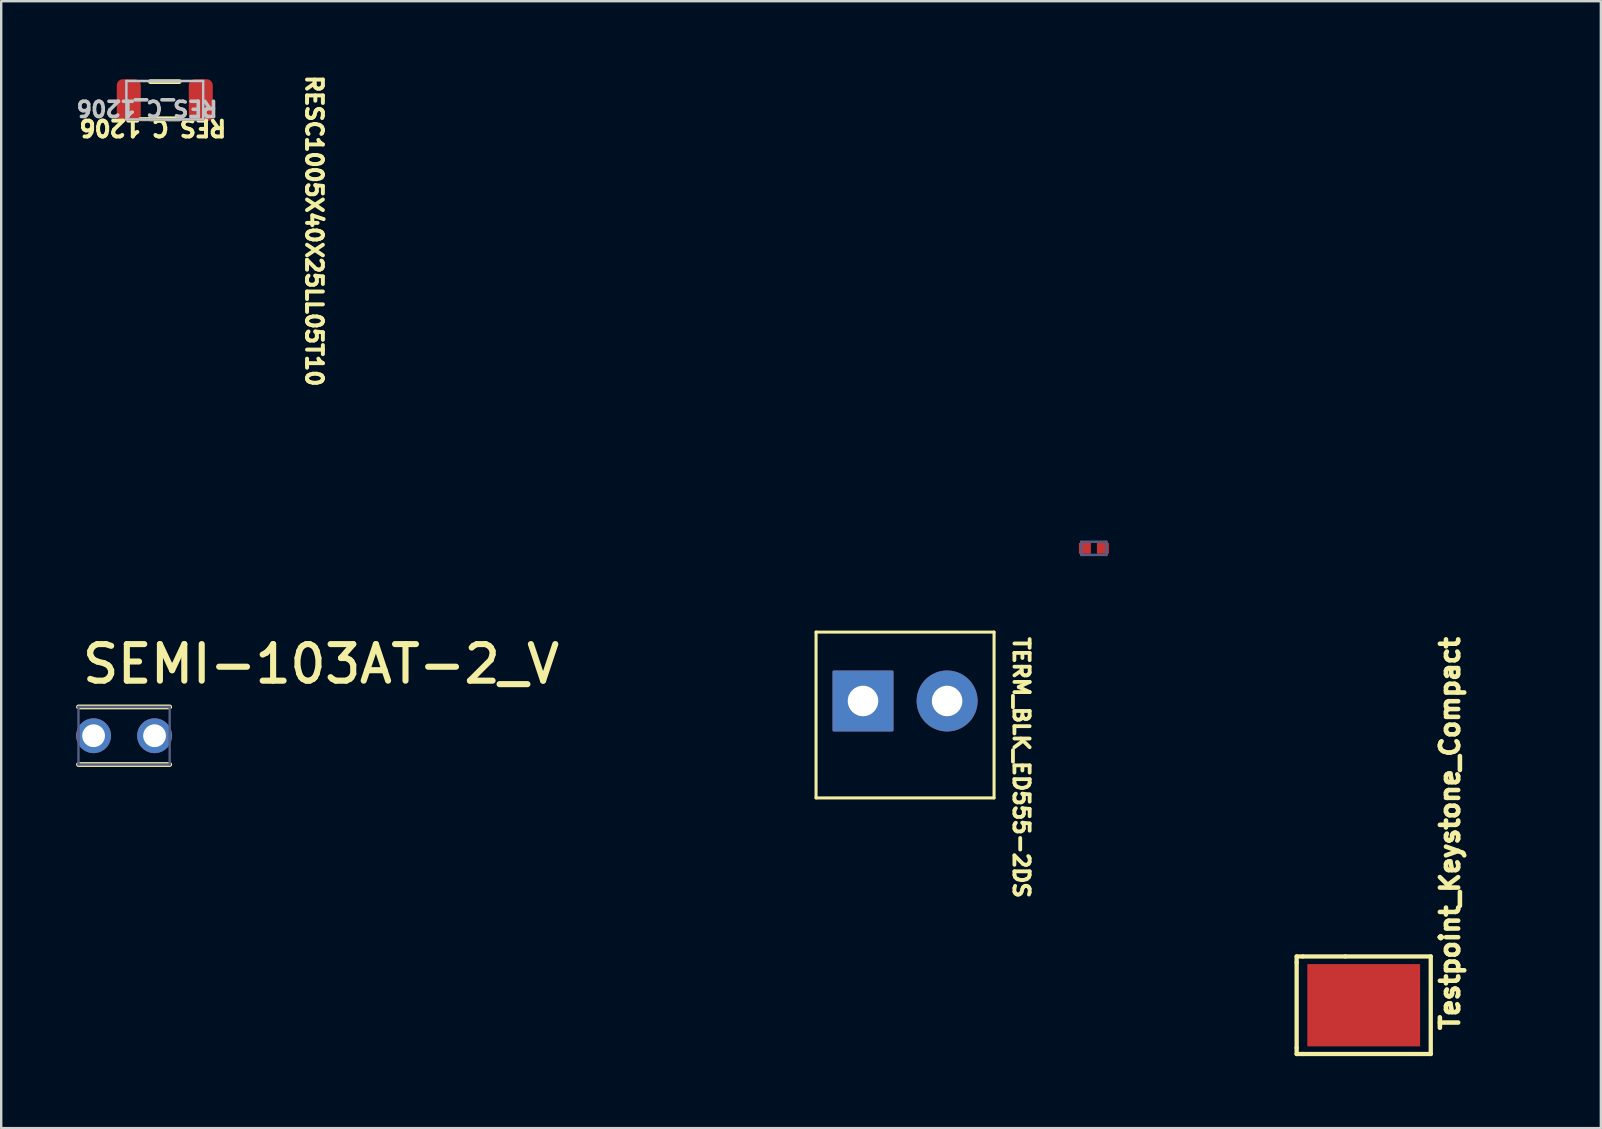
<source format=kicad_pcb>
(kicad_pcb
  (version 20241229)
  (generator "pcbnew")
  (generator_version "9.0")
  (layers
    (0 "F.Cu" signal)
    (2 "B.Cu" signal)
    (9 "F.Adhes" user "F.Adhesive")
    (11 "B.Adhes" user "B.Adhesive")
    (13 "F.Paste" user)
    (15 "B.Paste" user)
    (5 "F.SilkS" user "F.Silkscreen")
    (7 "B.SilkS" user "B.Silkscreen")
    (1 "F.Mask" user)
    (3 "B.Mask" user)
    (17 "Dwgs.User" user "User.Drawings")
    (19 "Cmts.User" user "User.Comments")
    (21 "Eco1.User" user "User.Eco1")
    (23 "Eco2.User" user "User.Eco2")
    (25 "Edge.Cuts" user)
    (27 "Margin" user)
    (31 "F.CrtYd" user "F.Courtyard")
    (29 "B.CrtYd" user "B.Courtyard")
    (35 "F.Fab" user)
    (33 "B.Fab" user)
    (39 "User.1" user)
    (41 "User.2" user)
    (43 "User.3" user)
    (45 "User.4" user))
  (footprint "RES_C_1206"
    (layer "F.Cu")
    (at 3.816 1.125)
    (property "Reference" "RES_C_1206" (at 2.642 0.762 180) (unlocked yes) (layer "F.SilkS") (effects (font (size 0.66 0.66) (thickness 0.254) (bold yes)) (justify left bottom)))
    (fp_line (start 0.6 -0.775) (end -0.6 -0.775) (stroke (width 0.2) (type solid)) (layer "F.SilkS"))
    (fp_line (start 0.6 0.775) (end -0.6 0.775) (stroke (width 0.2) (type solid)) (layer "F.SilkS"))
    (fp_line (start -1.6 -0.8) (end -1.6 0.8) (stroke (width 0.1) (type solid)) (layer "Dwgs.User"))
    (fp_line (start 1.6 -0.8) (end -1.6 -0.8) (stroke (width 0.1) (type solid)) (layer "Dwgs.User"))
    (fp_line (start 1.6 -0.8) (end 1.6 0.8) (stroke (width 0.1) (type solid)) (layer "Dwgs.User"))
    (fp_line (start 1.6 0.8) (end -1.6 0.8) (stroke (width 0.1) (type solid)) (layer "Dwgs.User"))
    (fp_line (start -2.2 -1.075) (end -2.2 1.075) (stroke (width 0.1) (type solid)) (layer "Eco1.User"))
    (fp_line (start 0 -0.5) (end 0 0.5) (stroke (width 0.1) (type solid)) (layer "Eco1.User"))
    (fp_line (start 0.5 0) (end -0.5 0) (stroke (width 0.1) (type solid)) (layer "Eco1.User"))
    (fp_line (start 2.2 -1.075) (end -2.2 -1.075) (stroke (width 0.1) (type solid)) (layer "Eco1.User"))
    (fp_line (start 2.2 -1.075) (end 2.2 1.075) (stroke (width 0.1) (type solid)) (layer "Eco1.User"))
    (fp_line (start 2.2 1.075) (end -2.2 1.075) (stroke (width 0.1) (type solid)) (layer "Eco1.User"))
    (fp_line (start -1.6 -0.8) (end -1.6 0.8) (stroke (width 0.1) (type solid)) (layer "B.Fab"))
    (fp_line (start 1.6 -0.8) (end -1.6 -0.8) (stroke (width 0.1) (type solid)) (layer "B.Fab"))
    (fp_line (start 1.6 -0.8) (end 1.6 0.8) (stroke (width 0.1) (type solid)) (layer "B.Fab"))
    (fp_line (start 1.6 0.8) (end -1.6 0.8) (stroke (width 0.1) (type solid)) (layer "B.Fab"))
    (fp_text user "${REFERENCE}" (at -0.737 0.33 180) (unlocked yes) (layer "Dwgs.User") (effects (font (size 0.635 0.635) (thickness 0.15) (bold yes))))
    (pad "1" smd roundrect (at -1.5 -0.000081 270) (size 1.75 1) (layers "F.Cu" "F.Mask" "F.Paste") (roundrect_rratio 0.25))
    (pad "2" smd roundrect (at 1.5 -0.000081 270) (size 1.75 1) (layers "F.Cu" "F.Mask" "F.Paste") (roundrect_rratio 0.25)))
  (footprint "TERM_BLK_ED555-2DS"
    (layer "F.Cu")
    (at 32.909 26.158)
    (property "Reference" "TERM_BLK_ED555-2DS" (at 6.223 -2.743 270) (unlocked yes) (layer "F.SilkS") (effects (font (size 0.635 0.635) (thickness 0.178)) (justify left bottom)))
    (fp_line (start -1.956 -2.87) (end -1.956 4.039) (stroke (width 0.127) (type solid)) (layer "F.SilkS"))
    (fp_line (start -1.956 -2.87) (end 5.461 -2.87) (stroke (width 0.127) (type solid)) (layer "F.SilkS"))
    (fp_line (start -1.956 4.039) (end 5.461 4.039) (stroke (width 0.127) (type solid)) (layer "F.SilkS"))
    (fp_line (start 5.461 -2.87) (end 5.461 4.039) (stroke (width 0.127) (type solid)) (layer "F.SilkS"))
    (fp_line (start -1.75 -2.667) (end -1.75 3.81) (stroke (width 0.127) (type solid)) (layer "User.5"))
    (fp_line (start -1.75 -2.667) (end 5.25 -2.667) (stroke (width 0.127) (type solid)) (layer "User.5"))
    (fp_line (start -1.75 -2.032) (end 5.25 -2.032) (stroke (width 0.127) (type solid)) (layer "User.5"))
    (fp_line (start -1.75 2.159) (end 5.25 2.159) (stroke (width 0.127) (type solid)) (layer "User.5"))
    (fp_line (start -1.75 3.81) (end 5.25 3.81) (stroke (width 0.127) (type solid)) (layer "User.5"))
    (fp_line (start 1.75 2.159) (end 1.75 3.815) (stroke (width 0.127) (type solid)) (layer "User.5"))
    (fp_line (start 5.25 -2.667) (end 5.25 3.81) (stroke (width 0.127) (type solid)) (layer "User.5"))
    (fp_text user "${REFERENCE}" (at -0.6 0.6 0) (unlocked yes) (layer "User.5") (effects (font (size 1.016 1.016) (thickness 0.152))))
    (pad "1" thru_hole roundrect (at 0 0) (size 2.54 2.54) (drill 1.27) (layers "*.Cu" "*.Mask") (roundrect_rratio 0.02))
    (pad "2" thru_hole circle (at 3.505 0) (size 2.54 2.54) (drill 1.27) (layers "*.Cu" "*.Mask")))
  (footprint "Testpoint_Keystone_Compact"
    (layer "F.Cu")
    (at 53.772 38.835)
    (property "Reference" "Testpoint_Keystone_Compact" (at 4.039 1.137 90) (unlocked yes) (layer "F.SilkS") (effects (font (size 0.762 0.762) (thickness 0.254) (bold yes)) (justify left bottom)))
    (fp_line (start -2.794 -2.032) (end -2.54 -2.032) (stroke (width 0.178) (type solid)) (layer "F.SilkS"))
    (fp_line (start -2.794 -1.778) (end -2.794 -2.032) (stroke (width 0.178) (type solid)) (layer "F.SilkS"))
    (fp_line (start -2.794 1.778) (end -2.794 -1.778) (stroke (width 0.178) (type solid)) (layer "F.SilkS"))
    (fp_line (start -2.794 2.032) (end -2.794 1.778) (stroke (width 0.178) (type solid)) (layer "F.SilkS"))
    (fp_line (start -2.794 2.032) (end -2.54 2.032) (stroke (width 0.178) (type solid)) (layer "F.SilkS"))
    (fp_line (start -2.54 -2.032) (end -0.762 -2.032) (stroke (width 0.178) (type solid)) (layer "F.SilkS"))
    (fp_line (start -2.54 2.032) (end 2.794 2.032) (stroke (width 0.178) (type solid)) (layer "F.SilkS"))
    (fp_line (start -0.762 -2.032) (end 2.794 -2.032) (stroke (width 0.178) (type solid)) (layer "F.SilkS"))
    (fp_line (start 2.794 2.032) (end 2.794 -2.032) (stroke (width 0.178) (type solid)) (layer "F.SilkS"))
    (fp_line (start -1.905 0.508) (end -1.903 0.475) (stroke (width 0.127) (type solid)) (layer "User.5"))
    (fp_line (start -1.905 0.508) (end -1.901 0.51) (stroke (width 0.127) (type solid)) (layer "User.5"))
    (fp_line (start -1.903 -0.541) (end -1.602 -0.541) (stroke (width 0.127) (type solid)) (layer "User.5"))
    (fp_line (start -1.903 0.475) (end -1.903 -0.541) (stroke (width 0.127) (type solid)) (layer "User.5"))
    (fp_line (start -1.901 0.51) (end -1.611 0.588) (stroke (width 0.127) (type solid)) (layer "User.5"))
    (fp_line (start -1.659 0.572) (end -1.611 0.588) (stroke (width 0.127) (type solid)) (layer "User.5"))
    (fp_line (start -1.624 -0.541) (end -1.378 -1.456) (stroke (width 0.127) (type solid)) (layer "User.5"))
    (fp_line (start -1.611 0.588) (end 1.383 1.39) (stroke (width 0.127) (type solid)) (layer "User.5"))
    (fp_line (start -1.378 -1.456) (end 1.615 -0.654) (stroke (width 0.127) (type solid)) (layer "User.5"))
    (fp_line (start 1.383 1.39) (end 1.628 0.475) (stroke (width 0.127) (type solid)) (layer "User.5"))
    (fp_line (start 1.606 0.475) (end 1.907 0.475) (stroke (width 0.127) (type solid)) (layer "User.5"))
    (fp_line (start 1.615 -0.654) (end 1.663 -0.638) (stroke (width 0.127) (type solid)) (layer "User.5"))
    (fp_line (start 1.615 -0.654) (end 1.905 -0.576) (stroke (width 0.127) (type solid)) (layer "User.5"))
    (fp_line (start 1.905 -0.576) (end 1.909 -0.574) (stroke (width 0.127) (type solid)) (layer "User.5"))
    (fp_line (start 1.907 -0.541) (end 1.909 -0.574) (stroke (width 0.127) (type solid)) (layer "User.5"))
    (fp_line (start 1.907 0.475) (end 1.907 -0.541) (stroke (width 0.127) (type solid)) (layer "User.5"))
    (fp_text user "${REFERENCE}" (at -1.397 0.127 0) (unlocked yes) (layer "User.5") (effects (font (size 0.762 0.762) (thickness 0.127))))
    (pad "1" smd rect (at 0 0) (size 4.699 3.429) (layers "F.Cu" "F.Mask" "F.Paste")))
  (footprint "RESC1005X40X25LL05T10"
    (layer "F.Cu")
    (at 42.53 19.799)
    (property "Reference" "RESC1005X40X25LL05T10" (at -32.876 -19.799 270) (unlocked yes) (layer "F.SilkS") (effects (font (size 0.66 0.66) (thickness 0.254) (bold yes)) (justify left bottom)))
    (fp_line (start -0.75 -0.4) (end -0.75 0.4) (stroke (width 0.05) (type solid)) (layer "Eco1.User"))
    (fp_line (start 0 -0.275) (end 0 0.275) (stroke (width 0.1) (type solid)) (layer "Eco1.User"))
    (fp_line (start 0.275 0) (end -0.275 0) (stroke (width 0.1) (type solid)) (layer "Eco1.User"))
    (fp_line (start 0.75 -0.4) (end -0.75 -0.4) (stroke (width 0.05) (type solid)) (layer "Eco1.User"))
    (fp_line (start 0.75 -0.4) (end 0.75 0.4) (stroke (width 0.05) (type solid)) (layer "Eco1.User"))
    (fp_line (start 0.75 0.4) (end -0.75 0.4) (stroke (width 0.05) (type solid)) (layer "Eco1.User"))
    (fp_line (start -0.525 -0.275) (end -0.525 0.275) (stroke (width 0.1) (type solid)) (layer "B.Fab"))
    (fp_line (start 0.525 -0.275) (end -0.525 -0.275) (stroke (width 0.1) (type solid)) (layer "B.Fab"))
    (fp_line (start 0.525 -0.275) (end 0.525 0.275) (stroke (width 0.1) (type solid)) (layer "B.Fab"))
    (fp_line (start 0.525 0.275) (end -0.525 0.275) (stroke (width 0.1) (type solid)) (layer "B.Fab"))
    (pad "1" smd rect (at -0.375 0 270) (size 0.45 0.5) (layers "F.Cu" "F.Mask" "F.Paste"))
    (pad "2" smd rect (at 0.375 0 270) (size 0.45 0.5) (layers "F.Cu" "F.Mask" "F.Paste")))
  (footprint "SEMI-103AT-2_V"
    (layer "F.Cu")
    (at 2.12 27.606)
    (property "Reference" "SEMI-103AT-2_V" (at -1.867 -2.095 0) (unlocked yes) (layer "F.SilkS") (effects (font (size 1.524 1.524) (thickness 0.254)) (justify left bottom)))
    (fp_line (start -1.9 -1.2) (end 1.9 -1.2) (stroke (width 0.2) (type solid)) (layer "F.SilkS"))
    (fp_line (start -1.9 1.2) (end 1.9 1.2) (stroke (width 0.2) (type solid)) (layer "F.SilkS"))
    (fp_line (start -2.095 -1.3) (end -2.095 1.3) (stroke (width 0.05) (type solid)) (layer "Eco1.User"))
    (fp_line (start -2.095 -1.3) (end 2.095 -1.3) (stroke (width 0.05) (type solid)) (layer "Eco1.User"))
    (fp_line (start -2.095 1.3) (end 2.095 1.3) (stroke (width 0.05) (type solid)) (layer "Eco1.User"))
    (fp_line (start -0.5 0) (end 0.5 0) (stroke (width 0.1) (type solid)) (layer "Eco1.User"))
    (fp_line (start 0 -0.5) (end 0 0.5) (stroke (width 0.1) (type solid)) (layer "Eco1.User"))
    (fp_line (start 2.095 -1.3) (end 2.095 1.3) (stroke (width 0.05) (type solid)) (layer "Eco1.User"))
    (fp_line (start -1.9 -1.2) (end -1.9 1.2) (stroke (width 0.1) (type solid)) (layer "B.Fab"))
    (fp_line (start -1.9 -1.2) (end 1.9 -1.2) (stroke (width 0.1) (type solid)) (layer "B.Fab"))
    (fp_line (start -1.9 1.2) (end 1.9 1.2) (stroke (width 0.1) (type solid)) (layer "B.Fab"))
    (fp_line (start 1.9 -1.2) (end 1.9 1.2) (stroke (width 0.1) (type solid)) (layer "B.Fab"))
    (pad "1" thru_hole circle (at -1.27 0) (size 1.45 1.45) (drill 0.95) (layers "*.Cu" "*.Mask"))
    (pad "2" thru_hole circle (at 1.27 0 180) (size 1.45 1.45) (drill 0.95) (layers "*.Cu" "*.Mask")))
  (gr_rect
    (start -3 -3)
    (end 63.654 43.956)
    (stroke (width 0.1) (type default))
    (fill no)
    (layer "Edge.Cuts")))
</source>
